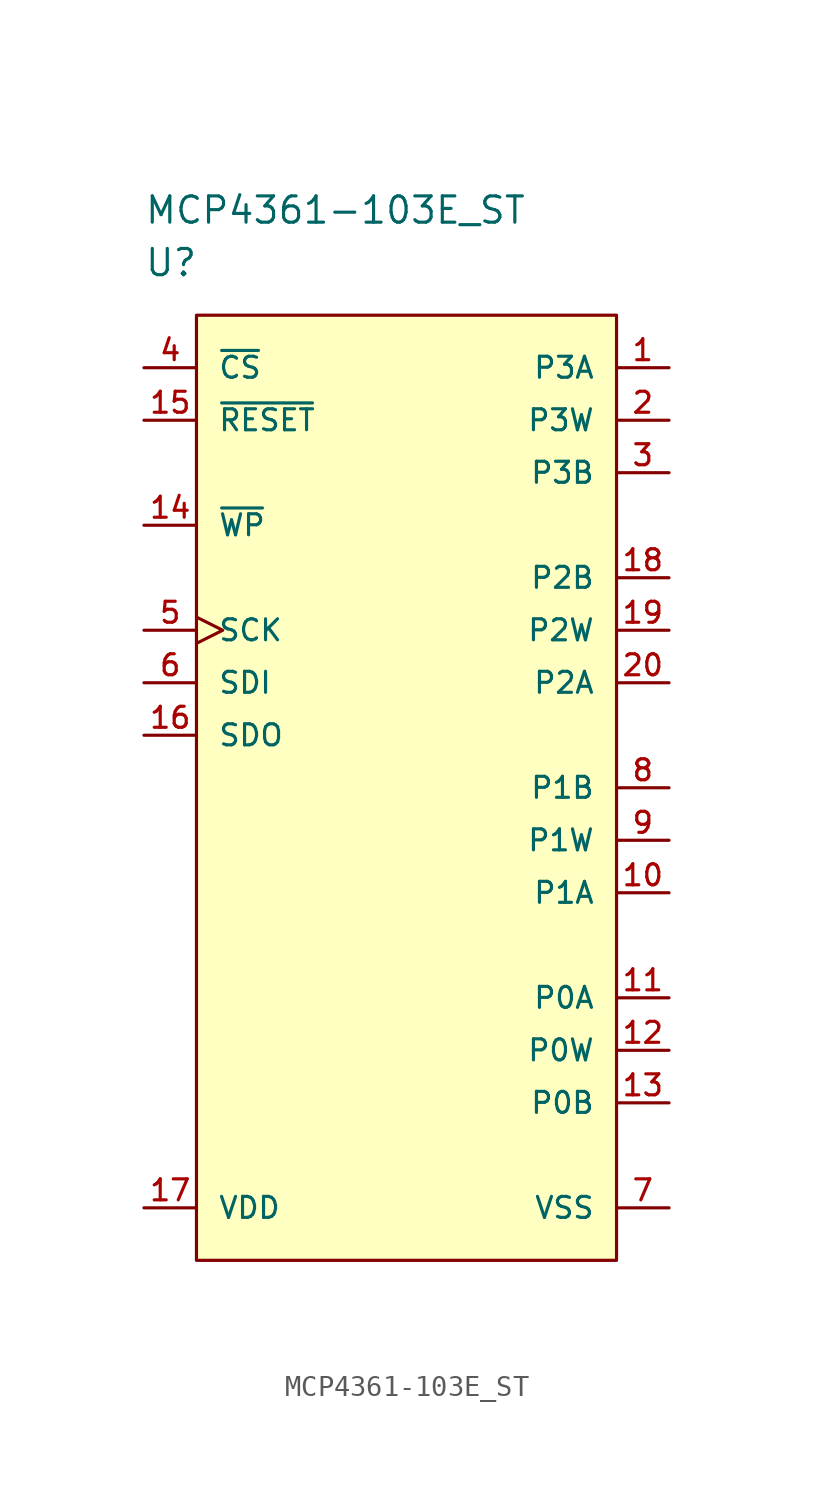
<source format=kicad_sym>
(kicad_symbol_lib
  (version 20220914)
  (generator kicad_symbol_editor)
  (symbol "MCP4361-103E_ST"
    (pin_names
      (offset 1.016))
    (property "Reference" "U"
      (at 0 5.08 0)
      (effects (font (size 1.27 1.27)) (justify left)))
    (property "Value" "MCP4361-103E_ST"
      (at 0 7.62 0)
      (effects (font (size 1.27 1.27)) (justify left)))
    (property "ki_locked" ""
      (at 0 0 0)
      (effects (font (size 1.27 1.27))))
    (symbol "MCP4361-103E_ST_1_1"
      (rectangle (start 2.54 2.54) (end 22.86 -43.18) (stroke (width 0) (type solid)) (fill (type background)))
      (pin passive line (at 25.4 0 180) (length 2.54) (name "P3A" (effects (font (size 1.016 1.016)))) (number "1" (effects (font (size 1.016 1.016)))))
      (pin passive line (at 25.4 -25.4 180) (length 2.54) (name "P1A" (effects (font (size 1.016 1.016)))) (number "10" (effects (font (size 1.016 1.016)))))
      (pin passive line (at 25.4 -30.48 180) (length 2.54) (name "P0A" (effects (font (size 1.016 1.016)))) (number "11" (effects (font (size 1.016 1.016)))))
      (pin passive line (at 25.4 -33.02 180) (length 2.54) (name "P0W" (effects (font (size 1.016 1.016)))) (number "12" (effects (font (size 1.016 1.016)))))
      (pin passive line (at 25.4 -35.56 180) (length 2.54) (name "P0B" (effects (font (size 1.016 1.016)))) (number "13" (effects (font (size 1.016 1.016)))))
      (pin input line (at 0 -7.62 0) (length 2.54) (name "~{WP}" (effects (font (size 1.016 1.016)))) (number "14" (effects (font (size 1.016 1.016)))))
      (pin input line (at 0 -2.54 0) (length 2.54) (name "~{RESET}" (effects (font (size 1.016 1.016)))) (number "15" (effects (font (size 1.016 1.016)))))
      (pin output line (at 0 -17.78 0) (length 2.54) (name "SDO" (effects (font (size 1.016 1.016)))) (number "16" (effects (font (size 1.016 1.016)))))
      (pin power_in line (at 0 -40.64 0) (length 2.54) (name "VDD" (effects (font (size 1.016 1.016)))) (number "17" (effects (font (size 1.016 1.016)))))
      (pin passive line (at 25.4 -10.16 180) (length 2.54) (name "P2B" (effects (font (size 1.016 1.016)))) (number "18" (effects (font (size 1.016 1.016)))))
      (pin passive line (at 25.4 -12.7 180) (length 2.54) (name "P2W" (effects (font (size 1.016 1.016)))) (number "19" (effects (font (size 1.016 1.016)))))
      (pin passive line (at 25.4 -2.54 180) (length 2.54) (name "P3W" (effects (font (size 1.016 1.016)))) (number "2" (effects (font (size 1.016 1.016)))))
      (pin passive line (at 25.4 -15.24 180) (length 2.54) (name "P2A" (effects (font (size 1.016 1.016)))) (number "20" (effects (font (size 1.016 1.016)))))
      (pin passive line (at 25.4 -5.08 180) (length 2.54) (name "P3B" (effects (font (size 1.016 1.016)))) (number "3" (effects (font (size 1.016 1.016)))))
      (pin input line (at 0 0 0) (length 2.54) (name "~{CS}" (effects (font (size 1.016 1.016)))) (number "4" (effects (font (size 1.016 1.016)))))
      (pin input clock (at 0 -12.7 0) (length 2.54) (name "SCK" (effects (font (size 1.016 1.016)))) (number "5" (effects (font (size 1.016 1.016)))))
      (pin input line (at 0 -15.24 0) (length 2.54) (name "SDI" (effects (font (size 1.016 1.016)))) (number "6" (effects (font (size 1.016 1.016)))))
      (pin power_in line (at 25.4 -40.64 180) (length 2.54) (name "VSS" (effects (font (size 1.016 1.016)))) (number "7" (effects (font (size 1.016 1.016)))))
      (pin passive line (at 25.4 -20.32 180) (length 2.54) (name "P1B" (effects (font (size 1.016 1.016)))) (number "8" (effects (font (size 1.016 1.016)))))
      (pin passive line (at 25.4 -22.86 180) (length 2.54) (name "P1W" (effects (font (size 1.016 1.016)))) (number "9" (effects (font (size 1.016 1.016))))))))
</source>
